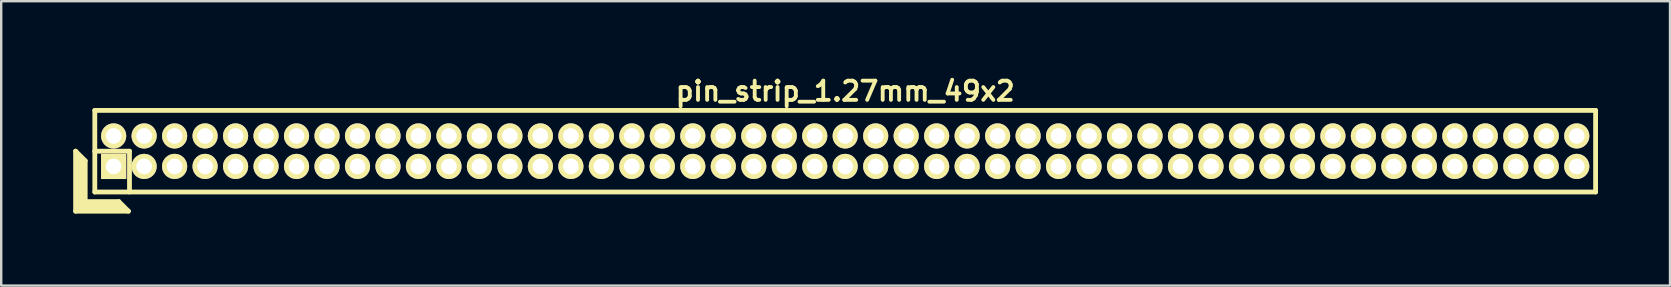
<source format=kicad_pcb>
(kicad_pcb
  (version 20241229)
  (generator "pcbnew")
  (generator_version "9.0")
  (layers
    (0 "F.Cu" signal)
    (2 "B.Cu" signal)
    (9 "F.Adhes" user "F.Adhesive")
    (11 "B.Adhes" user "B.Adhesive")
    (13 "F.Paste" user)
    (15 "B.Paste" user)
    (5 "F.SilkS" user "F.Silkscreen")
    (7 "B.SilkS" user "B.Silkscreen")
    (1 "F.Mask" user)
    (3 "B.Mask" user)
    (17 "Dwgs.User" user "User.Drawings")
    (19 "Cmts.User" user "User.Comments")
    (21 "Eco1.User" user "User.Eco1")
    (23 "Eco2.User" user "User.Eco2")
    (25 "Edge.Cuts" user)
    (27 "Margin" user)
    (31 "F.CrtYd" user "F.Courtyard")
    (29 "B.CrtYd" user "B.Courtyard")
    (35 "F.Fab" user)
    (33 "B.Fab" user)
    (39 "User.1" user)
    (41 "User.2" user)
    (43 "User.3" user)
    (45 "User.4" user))
  (footprint "pin_strip_1.27mm_49x2"
    (layer "F.Cu")
    (at 32.165 3.249)
    (property "Reference" "pin_strip_1.27mm_49x2" (at 0 -2.5 0) (layer "F.SilkS") (effects (font (size 0.8 0.8) (thickness 0.16))))
    (attr through_hole)
    (fp_line (start -32.065 0) (end -32.065 2.5) (stroke (width 0.2) (type solid)) (layer "F.SilkS"))
    (fp_line (start -32.065 0) (end -31.665 0.4) (stroke (width 0.2) (type solid)) (layer "F.SilkS"))
    (fp_line (start -32.065 2.5) (end -29.865 2.5) (stroke (width 0.2) (type solid)) (layer "F.SilkS"))
    (fp_line (start -31.965 2.4) (end -31.965 0.2) (stroke (width 0.2) (type solid)) (layer "F.SilkS"))
    (fp_line (start -31.965 2.4) (end -30.065 2.4) (stroke (width 0.2) (type solid)) (layer "F.SilkS"))
    (fp_line (start -31.865 2.3) (end -31.865 0.3) (stroke (width 0.2) (type solid)) (layer "F.SilkS"))
    (fp_line (start -31.865 2.3) (end -30.165 2.3) (stroke (width 0.2) (type solid)) (layer "F.SilkS"))
    (fp_line (start -31.765 2.2) (end -31.765 0.4) (stroke (width 0.2) (type solid)) (layer "F.SilkS"))
    (fp_line (start -31.765 2.2) (end -30.265 2.2) (stroke (width 0.2) (type solid)) (layer "F.SilkS"))
    (fp_line (start -31.665 2.1) (end -31.665 0.4) (stroke (width 0.2) (type solid)) (layer "F.SilkS"))
    (fp_line (start -31.665 2.1) (end -30.265 2.1) (stroke (width 0.2) (type solid)) (layer "F.SilkS"))
    (fp_line (start -31.27 0) (end -29.82 0) (stroke (width 0.2) (type solid)) (layer "F.SilkS"))
    (fp_line (start -31.265 -1.7) (end 31.265 -1.7) (stroke (width 0.2) (type solid)) (layer "F.SilkS"))
    (fp_line (start -31.265 1.7) (end -31.265 -1.7) (stroke (width 0.2) (type solid)) (layer "F.SilkS"))
    (fp_line (start -30.265 2.1) (end -29.865 2.5) (stroke (width 0.2) (type solid)) (layer "F.SilkS"))
    (fp_line (start -29.82 0) (end -29.82 1.7) (stroke (width 0.2) (type solid)) (layer "F.SilkS"))
    (fp_line (start 31.265 -1.7) (end 31.265 1.7) (stroke (width 0.2) (type solid)) (layer "F.SilkS"))
    (fp_line (start 31.265 1.7) (end -31.265 1.7) (stroke (width 0.2) (type solid)) (layer "F.SilkS"))
    (pad "1" thru_hole rect (at -30.48 0.635) (size 1.05 1.05) (drill 0.65) (layers "*.Cu" "*.Mask" "F.SilkS"))
    (pad "2" thru_hole oval (at -30.48 -0.635) (size 1.05 1.05) (drill 0.65) (layers "*.Cu" "*.Mask" "F.SilkS"))
    (pad "3" thru_hole oval (at -29.21 0.635) (size 1.05 1.05) (drill 0.65) (layers "*.Cu" "*.Mask" "F.SilkS"))
    (pad "4" thru_hole oval (at -29.21 -0.635) (size 1.05 1.05) (drill 0.65) (layers "*.Cu" "*.Mask" "F.SilkS"))
    (pad "5" thru_hole oval (at -27.94 0.635) (size 1.05 1.05) (drill 0.65) (layers "*.Cu" "*.Mask" "F.SilkS"))
    (pad "6" thru_hole oval (at -27.94 -0.635) (size 1.05 1.05) (drill 0.65) (layers "*.Cu" "*.Mask" "F.SilkS"))
    (pad "7" thru_hole oval (at -26.67 0.635) (size 1.05 1.05) (drill 0.65) (layers "*.Cu" "*.Mask" "F.SilkS"))
    (pad "8" thru_hole oval (at -26.67 -0.635) (size 1.05 1.05) (drill 0.65) (layers "*.Cu" "*.Mask" "F.SilkS"))
    (pad "9" thru_hole oval (at -25.4 0.635) (size 1.05 1.05) (drill 0.65) (layers "*.Cu" "*.Mask" "F.SilkS"))
    (pad "10" thru_hole oval (at -25.4 -0.635) (size 1.05 1.05) (drill 0.65) (layers "*.Cu" "*.Mask" "F.SilkS"))
    (pad "11" thru_hole oval (at -24.13 0.635) (size 1.05 1.05) (drill 0.65) (layers "*.Cu" "*.Mask" "F.SilkS"))
    (pad "12" thru_hole oval (at -24.13 -0.635) (size 1.05 1.05) (drill 0.65) (layers "*.Cu" "*.Mask" "F.SilkS"))
    (pad "13" thru_hole oval (at -22.86 0.635) (size 1.05 1.05) (drill 0.65) (layers "*.Cu" "*.Mask" "F.SilkS"))
    (pad "14" thru_hole oval (at -22.86 -0.635) (size 1.05 1.05) (drill 0.65) (layers "*.Cu" "*.Mask" "F.SilkS"))
    (pad "15" thru_hole oval (at -21.59 0.635) (size 1.05 1.05) (drill 0.65) (layers "*.Cu" "*.Mask" "F.SilkS"))
    (pad "16" thru_hole oval (at -21.59 -0.635) (size 1.05 1.05) (drill 0.65) (layers "*.Cu" "*.Mask" "F.SilkS"))
    (pad "17" thru_hole oval (at -20.32 0.635) (size 1.05 1.05) (drill 0.65) (layers "*.Cu" "*.Mask" "F.SilkS"))
    (pad "18" thru_hole oval (at -20.32 -0.635) (size 1.05 1.05) (drill 0.65) (layers "*.Cu" "*.Mask" "F.SilkS"))
    (pad "19" thru_hole oval (at -19.05 0.635) (size 1.05 1.05) (drill 0.65) (layers "*.Cu" "*.Mask" "F.SilkS"))
    (pad "20" thru_hole oval (at -19.05 -0.635) (size 1.05 1.05) (drill 0.65) (layers "*.Cu" "*.Mask" "F.SilkS"))
    (pad "21" thru_hole oval (at -17.78 0.635) (size 1.05 1.05) (drill 0.65) (layers "*.Cu" "*.Mask" "F.SilkS"))
    (pad "22" thru_hole oval (at -17.78 -0.635) (size 1.05 1.05) (drill 0.65) (layers "*.Cu" "*.Mask" "F.SilkS"))
    (pad "23" thru_hole oval (at -16.51 0.635) (size 1.05 1.05) (drill 0.65) (layers "*.Cu" "*.Mask" "F.SilkS"))
    (pad "24" thru_hole oval (at -16.51 -0.635) (size 1.05 1.05) (drill 0.65) (layers "*.Cu" "*.Mask" "F.SilkS"))
    (pad "25" thru_hole oval (at -15.24 0.635) (size 1.05 1.05) (drill 0.65) (layers "*.Cu" "*.Mask" "F.SilkS"))
    (pad "26" thru_hole oval (at -15.24 -0.635) (size 1.05 1.05) (drill 0.65) (layers "*.Cu" "*.Mask" "F.SilkS"))
    (pad "27" thru_hole oval (at -13.97 0.635) (size 1.05 1.05) (drill 0.65) (layers "*.Cu" "*.Mask" "F.SilkS"))
    (pad "28" thru_hole oval (at -13.97 -0.635) (size 1.05 1.05) (drill 0.65) (layers "*.Cu" "*.Mask" "F.SilkS"))
    (pad "29" thru_hole oval (at -12.7 0.635) (size 1.05 1.05) (drill 0.65) (layers "*.Cu" "*.Mask" "F.SilkS"))
    (pad "30" thru_hole oval (at -12.7 -0.635) (size 1.05 1.05) (drill 0.65) (layers "*.Cu" "*.Mask" "F.SilkS"))
    (pad "31" thru_hole oval (at -11.43 0.635) (size 1.05 1.05) (drill 0.65) (layers "*.Cu" "*.Mask" "F.SilkS"))
    (pad "32" thru_hole oval (at -11.43 -0.635) (size 1.05 1.05) (drill 0.65) (layers "*.Cu" "*.Mask" "F.SilkS"))
    (pad "33" thru_hole oval (at -10.16 0.635) (size 1.05 1.05) (drill 0.65) (layers "*.Cu" "*.Mask" "F.SilkS"))
    (pad "34" thru_hole oval (at -10.16 -0.635) (size 1.05 1.05) (drill 0.65) (layers "*.Cu" "*.Mask" "F.SilkS"))
    (pad "35" thru_hole oval (at -8.89 0.635) (size 1.05 1.05) (drill 0.65) (layers "*.Cu" "*.Mask" "F.SilkS"))
    (pad "36" thru_hole oval (at -8.89 -0.635) (size 1.05 1.05) (drill 0.65) (layers "*.Cu" "*.Mask" "F.SilkS"))
    (pad "37" thru_hole oval (at -7.62 0.635) (size 1.05 1.05) (drill 0.65) (layers "*.Cu" "*.Mask" "F.SilkS"))
    (pad "38" thru_hole oval (at -7.62 -0.635) (size 1.05 1.05) (drill 0.65) (layers "*.Cu" "*.Mask" "F.SilkS"))
    (pad "39" thru_hole oval (at -6.35 0.635) (size 1.05 1.05) (drill 0.65) (layers "*.Cu" "*.Mask" "F.SilkS"))
    (pad "40" thru_hole oval (at -6.35 -0.635) (size 1.05 1.05) (drill 0.65) (layers "*.Cu" "*.Mask" "F.SilkS"))
    (pad "41" thru_hole oval (at -5.08 0.635) (size 1.05 1.05) (drill 0.65) (layers "*.Cu" "*.Mask" "F.SilkS"))
    (pad "42" thru_hole oval (at -5.08 -0.635) (size 1.05 1.05) (drill 0.65) (layers "*.Cu" "*.Mask" "F.SilkS"))
    (pad "43" thru_hole oval (at -3.81 0.635) (size 1.05 1.05) (drill 0.65) (layers "*.Cu" "*.Mask" "F.SilkS"))
    (pad "44" thru_hole oval (at -3.81 -0.635) (size 1.05 1.05) (drill 0.65) (layers "*.Cu" "*.Mask" "F.SilkS"))
    (pad "45" thru_hole oval (at -2.54 0.635) (size 1.05 1.05) (drill 0.65) (layers "*.Cu" "*.Mask" "F.SilkS"))
    (pad "46" thru_hole oval (at -2.54 -0.635) (size 1.05 1.05) (drill 0.65) (layers "*.Cu" "*.Mask" "F.SilkS"))
    (pad "47" thru_hole oval (at -1.27 0.635) (size 1.05 1.05) (drill 0.65) (layers "*.Cu" "*.Mask" "F.SilkS"))
    (pad "48" thru_hole oval (at -1.27 -0.635) (size 1.05 1.05) (drill 0.65) (layers "*.Cu" "*.Mask" "F.SilkS"))
    (pad "49" thru_hole oval (at 0 0.635) (size 1.05 1.05) (drill 0.65) (layers "*.Cu" "*.Mask" "F.SilkS"))
    (pad "50" thru_hole oval (at 0 -0.635) (size 1.05 1.05) (drill 0.65) (layers "*.Cu" "*.Mask" "F.SilkS"))
    (pad "51" thru_hole circle (at 1.27 0.635) (size 1.05 1.05) (drill 0.65) (layers "*.Cu" "*.Mask" "F.SilkS"))
    (pad "52" thru_hole oval (at 1.27 -0.635) (size 1.05 1.05) (drill 0.65) (layers "*.Cu" "*.Mask" "F.SilkS"))
    (pad "53" thru_hole oval (at 2.54 0.635) (size 1.05 1.05) (drill 0.65) (layers "*.Cu" "*.Mask" "F.SilkS"))
    (pad "54" thru_hole oval (at 2.54 -0.635) (size 1.05 1.05) (drill 0.65) (layers "*.Cu" "*.Mask" "F.SilkS"))
    (pad "55" thru_hole oval (at 3.81 0.635) (size 1.05 1.05) (drill 0.65) (layers "*.Cu" "*.Mask" "F.SilkS"))
    (pad "56" thru_hole oval (at 3.81 -0.635) (size 1.05 1.05) (drill 0.65) (layers "*.Cu" "*.Mask" "F.SilkS"))
    (pad "57" thru_hole oval (at 5.08 0.635) (size 1.05 1.05) (drill 0.65) (layers "*.Cu" "*.Mask" "F.SilkS"))
    (pad "58" thru_hole oval (at 5.08 -0.635) (size 1.05 1.05) (drill 0.65) (layers "*.Cu" "*.Mask" "F.SilkS"))
    (pad "59" thru_hole oval (at 6.35 0.635) (size 1.05 1.05) (drill 0.65) (layers "*.Cu" "*.Mask" "F.SilkS"))
    (pad "60" thru_hole oval (at 6.35 -0.635) (size 1.05 1.05) (drill 0.65) (layers "*.Cu" "*.Mask" "F.SilkS"))
    (pad "61" thru_hole oval (at 7.62 0.635) (size 1.05 1.05) (drill 0.65) (layers "*.Cu" "*.Mask" "F.SilkS"))
    (pad "62" thru_hole oval (at 7.62 -0.635) (size 1.05 1.05) (drill 0.65) (layers "*.Cu" "*.Mask" "F.SilkS"))
    (pad "63" thru_hole oval (at 8.89 0.635) (size 1.05 1.05) (drill 0.65) (layers "*.Cu" "*.Mask" "F.SilkS"))
    (pad "64" thru_hole oval (at 8.89 -0.635) (size 1.05 1.05) (drill 0.65) (layers "*.Cu" "*.Mask" "F.SilkS"))
    (pad "65" thru_hole oval (at 10.16 0.635) (size 1.05 1.05) (drill 0.65) (layers "*.Cu" "*.Mask" "F.SilkS"))
    (pad "66" thru_hole oval (at 10.16 -0.635) (size 1.05 1.05) (drill 0.65) (layers "*.Cu" "*.Mask" "F.SilkS"))
    (pad "67" thru_hole oval (at 11.43 0.635) (size 1.05 1.05) (drill 0.65) (layers "*.Cu" "*.Mask" "F.SilkS"))
    (pad "68" thru_hole oval (at 11.43 -0.635) (size 1.05 1.05) (drill 0.65) (layers "*.Cu" "*.Mask" "F.SilkS"))
    (pad "69" thru_hole oval (at 12.7 0.635) (size 1.05 1.05) (drill 0.65) (layers "*.Cu" "*.Mask" "F.SilkS"))
    (pad "70" thru_hole oval (at 12.7 -0.635) (size 1.05 1.05) (drill 0.65) (layers "*.Cu" "*.Mask" "F.SilkS"))
    (pad "71" thru_hole oval (at 13.97 0.635) (size 1.05 1.05) (drill 0.65) (layers "*.Cu" "*.Mask" "F.SilkS"))
    (pad "72" thru_hole oval (at 13.97 -0.635) (size 1.05 1.05) (drill 0.65) (layers "*.Cu" "*.Mask" "F.SilkS"))
    (pad "73" thru_hole oval (at 15.24 0.635) (size 1.05 1.05) (drill 0.65) (layers "*.Cu" "*.Mask" "F.SilkS"))
    (pad "74" thru_hole oval (at 15.24 -0.635) (size 1.05 1.05) (drill 0.65) (layers "*.Cu" "*.Mask" "F.SilkS"))
    (pad "75" thru_hole oval (at 16.51 0.635) (size 1.05 1.05) (drill 0.65) (layers "*.Cu" "*.Mask" "F.SilkS"))
    (pad "76" thru_hole oval (at 16.51 -0.635) (size 1.05 1.05) (drill 0.65) (layers "*.Cu" "*.Mask" "F.SilkS"))
    (pad "77" thru_hole oval (at 17.78 0.635) (size 1.05 1.05) (drill 0.65) (layers "*.Cu" "*.Mask" "F.SilkS"))
    (pad "78" thru_hole oval (at 17.78 -0.635) (size 1.05 1.05) (drill 0.65) (layers "*.Cu" "*.Mask" "F.SilkS"))
    (pad "79" thru_hole oval (at 19.05 0.635) (size 1.05 1.05) (drill 0.65) (layers "*.Cu" "*.Mask" "F.SilkS"))
    (pad "80" thru_hole oval (at 19.05 -0.635) (size 1.05 1.05) (drill 0.65) (layers "*.Cu" "*.Mask" "F.SilkS"))
    (pad "81" thru_hole oval (at 20.32 0.635) (size 1.05 1.05) (drill 0.65) (layers "*.Cu" "*.Mask" "F.SilkS"))
    (pad "82" thru_hole oval (at 20.32 -0.635) (size 1.05 1.05) (drill 0.65) (layers "*.Cu" "*.Mask" "F.SilkS"))
    (pad "83" thru_hole oval (at 21.59 0.635) (size 1.05 1.05) (drill 0.65) (layers "*.Cu" "*.Mask" "F.SilkS"))
    (pad "84" thru_hole oval (at 21.59 -0.635) (size 1.05 1.05) (drill 0.65) (layers "*.Cu" "*.Mask" "F.SilkS"))
    (pad "85" thru_hole oval (at 22.86 0.635) (size 1.05 1.05) (drill 0.65) (layers "*.Cu" "*.Mask" "F.SilkS"))
    (pad "86" thru_hole oval (at 22.86 -0.635) (size 1.05 1.05) (drill 0.65) (layers "*.Cu" "*.Mask" "F.SilkS"))
    (pad "87" thru_hole oval (at 24.13 0.635) (size 1.05 1.05) (drill 0.65) (layers "*.Cu" "*.Mask" "F.SilkS"))
    (pad "88" thru_hole oval (at 24.13 -0.635) (size 1.05 1.05) (drill 0.65) (layers "*.Cu" "*.Mask" "F.SilkS"))
    (pad "89" thru_hole oval (at 25.4 0.635) (size 1.05 1.05) (drill 0.65) (layers "*.Cu" "*.Mask" "F.SilkS"))
    (pad "90" thru_hole oval (at 25.4 -0.635) (size 1.05 1.05) (drill 0.65) (layers "*.Cu" "*.Mask" "F.SilkS"))
    (pad "91" thru_hole oval (at 26.67 0.635) (size 1.05 1.05) (drill 0.65) (layers "*.Cu" "*.Mask" "F.SilkS"))
    (pad "92" thru_hole oval (at 26.67 -0.635) (size 1.05 1.05) (drill 0.65) (layers "*.Cu" "*.Mask" "F.SilkS"))
    (pad "93" thru_hole oval (at 27.94 0.635) (size 1.05 1.05) (drill 0.65) (layers "*.Cu" "*.Mask" "F.SilkS"))
    (pad "94" thru_hole oval (at 27.94 -0.635) (size 1.05 1.05) (drill 0.65) (layers "*.Cu" "*.Mask" "F.SilkS"))
    (pad "95" thru_hole oval (at 29.21 0.635) (size 1.05 1.05) (drill 0.65) (layers "*.Cu" "*.Mask" "F.SilkS"))
    (pad "96" thru_hole oval (at 29.21 -0.635) (size 1.05 1.05) (drill 0.65) (layers "*.Cu" "*.Mask" "F.SilkS"))
    (pad "97" thru_hole oval (at 30.48 0.635) (size 1.05 1.05) (drill 0.65) (layers "*.Cu" "*.Mask" "F.SilkS"))
    (pad "98" thru_hole oval (at 30.48 -0.635) (size 1.05 1.05) (drill 0.65) (layers "*.Cu" "*.Mask" "F.SilkS")))
  (gr_rect
    (start -3 -3)
    (end 66.53 8.849)
    (stroke (width 0.1) (type default))
    (fill no)
    (layer "Edge.Cuts")))
</source>
